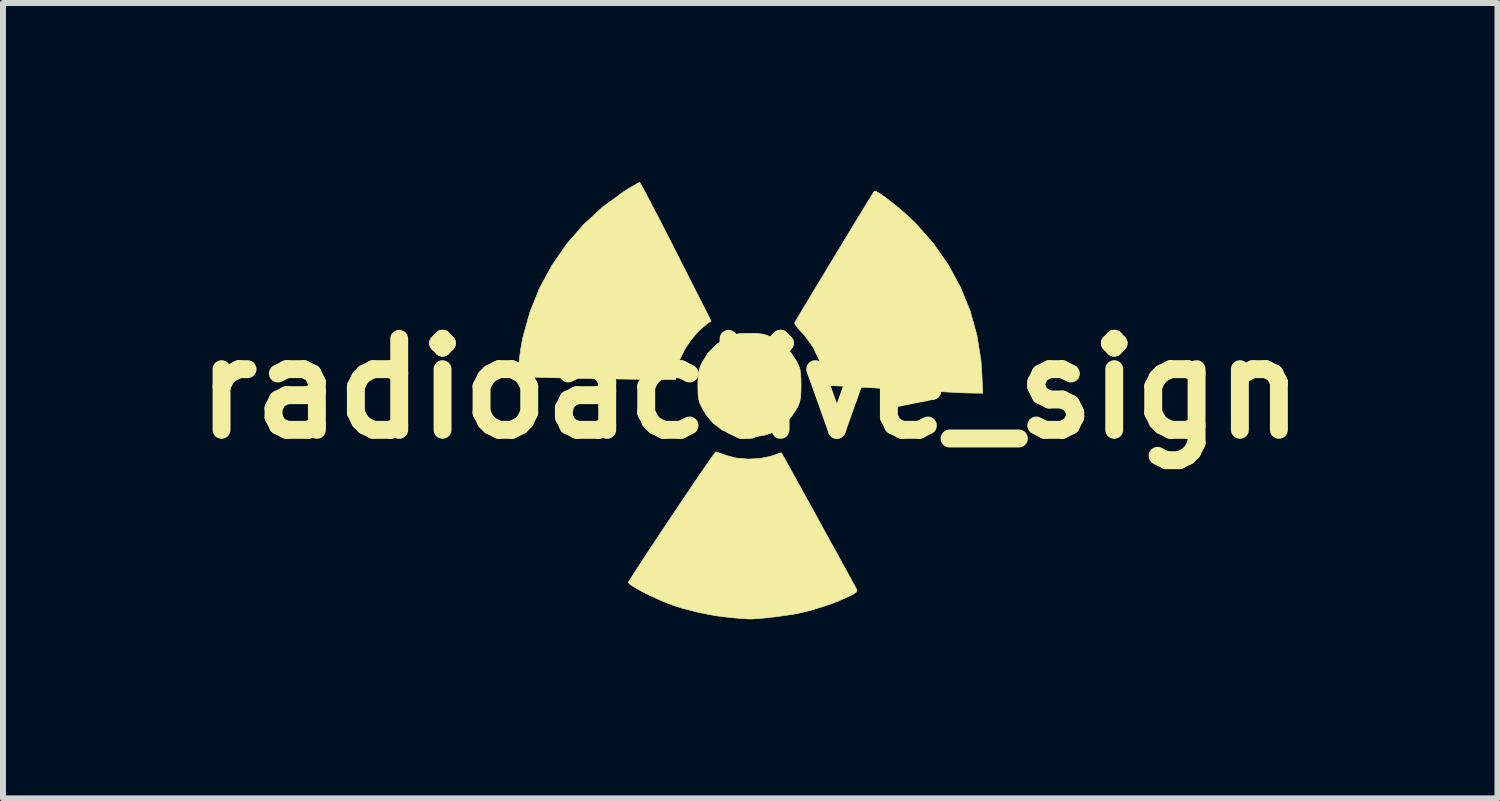
<source format=kicad_pcb>
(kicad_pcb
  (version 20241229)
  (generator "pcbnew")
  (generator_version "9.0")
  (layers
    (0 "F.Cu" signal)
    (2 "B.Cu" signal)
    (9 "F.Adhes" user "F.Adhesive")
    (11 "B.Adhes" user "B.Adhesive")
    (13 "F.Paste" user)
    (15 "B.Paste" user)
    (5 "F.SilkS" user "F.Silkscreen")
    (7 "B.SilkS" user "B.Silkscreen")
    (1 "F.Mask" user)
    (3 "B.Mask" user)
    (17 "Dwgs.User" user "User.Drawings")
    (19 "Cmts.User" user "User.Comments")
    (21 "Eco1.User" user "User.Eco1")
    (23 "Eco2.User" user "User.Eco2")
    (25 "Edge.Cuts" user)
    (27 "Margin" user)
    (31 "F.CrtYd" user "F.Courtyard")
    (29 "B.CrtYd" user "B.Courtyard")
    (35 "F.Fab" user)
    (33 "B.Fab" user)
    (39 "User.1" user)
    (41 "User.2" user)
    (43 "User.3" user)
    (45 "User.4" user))
  (footprint "radioactive_sign"
    (layer "F.Cu")
    (at 9.514 3.459)
    (property "Reference" "radioactive_sign" (at 0 0 0) (layer "F.SilkS") (effects (font (size 1.524 1.524) (thickness 0.3))))
    (attr through_hole)
    (fp_poly (pts (xy -1.837 -3.432) (xy -1.801 -3.369) (xy -1.747 -3.269) (xy -1.678 -3.137) (xy -1.594 -2.976) (xy -1.498 -2.791) (xy -1.393 -2.586) (xy -1.28 -2.365) (xy -1.244 -2.294) (xy -0.655 -1.133) (xy -0.728 -1.083) (xy -0.863 -0.967) (xy -0.99 -0.819) (xy -1.099 -0.654) (xy -1.182 -0.483) (xy -1.23 -0.32) (xy -1.236 -0.281) (xy -1.252 -0.152) (xy -1.801 -0.157) (xy -1.98 -0.159) (xy -2.197 -0.162) (xy -2.436 -0.166) (xy -2.683 -0.171) (xy -2.925 -0.175) (xy -3.099 -0.179) (xy -3.289 -0.183) (xy -3.464 -0.188) (xy -3.615 -0.192) (xy -3.737 -0.195) (xy -3.823 -0.198) (xy -3.867 -0.199) (xy -3.871 -0.2) (xy -3.881 -0.225) (xy -3.883 -0.292) (xy -3.877 -0.389) (xy -3.865 -0.508) (xy -3.847 -0.64) (xy -3.824 -0.774) (xy -3.807 -0.861) (xy -3.69 -1.28) (xy -3.528 -1.682) (xy -3.322 -2.063) (xy -3.076 -2.419) (xy -2.792 -2.746) (xy -2.474 -3.04) (xy -2.124 -3.296) (xy -2.052 -3.342) (xy -1.967 -3.393) (xy -1.898 -3.432) (xy -1.857 -3.453) (xy -1.851 -3.454) (xy -1.837 -3.432)) (stroke (width 0.01) (type solid)) (fill yes) (layer "F.SilkS"))
    (fp_poly (pts (xy 0.109 -0.925) (xy 0.199 -0.915) (xy 0.275 -0.895) (xy 0.355 -0.862) (xy 0.359 -0.86) (xy 0.533 -0.751) (xy 0.681 -0.604) (xy 0.78 -0.452) (xy 0.813 -0.383) (xy 0.834 -0.322) (xy 0.845 -0.251) (xy 0.85 -0.156) (xy 0.851 -0.064) (xy 0.849 0.062) (xy 0.842 0.152) (xy 0.828 0.222) (xy 0.803 0.287) (xy 0.788 0.318) (xy 0.697 0.46) (xy 0.574 0.593) (xy 0.434 0.7) (xy 0.369 0.736) (xy 0.256 0.775) (xy 0.117 0.8) (xy -0.031 0.809) (xy -0.17 0.803) (xy -0.28 0.78) (xy -0.283 0.779) (xy -0.47 0.692) (xy -0.619 0.58) (xy -0.74 0.435) (xy -0.807 0.32) (xy -0.841 0.251) (xy -0.861 0.187) (xy -0.872 0.111) (xy -0.876 0.008) (xy -0.876 -0.051) (xy -0.874 -0.174) (xy -0.866 -0.264) (xy -0.849 -0.337) (xy -0.82 -0.41) (xy -0.81 -0.432) (xy -0.704 -0.6) (xy -0.56 -0.745) (xy -0.387 -0.856) (xy -0.385 -0.856) (xy -0.306 -0.892) (xy -0.234 -0.913) (xy -0.152 -0.924) (xy -0.041 -0.927) (xy -0.013 -0.927) (xy 0.109 -0.925)) (stroke (width 0.01) (type solid)) (fill yes) (layer "F.SilkS"))
    (fp_poly (pts (xy 2.108 -3.303) (xy 2.167 -3.27) (xy 2.25 -3.212) (xy 2.349 -3.137) (xy 2.458 -3.049) (xy 2.571 -2.954) (xy 2.679 -2.856) (xy 2.776 -2.762) (xy 2.781 -2.757) (xy 3.069 -2.429) (xy 3.317 -2.074) (xy 3.522 -1.697) (xy 3.683 -1.302) (xy 3.797 -0.892) (xy 3.864 -0.472) (xy 3.878 -0.273) (xy 3.894 0.076) (xy 3.68 0.073) (xy 3.606 0.071) (xy 3.489 0.066) (xy 3.335 0.058) (xy 3.151 0.049) (xy 2.946 0.037) (xy 2.726 0.025) (xy 2.498 0.012) (xy 2.489 0.011) (xy 2.266 -0.002) (xy 2.053 -0.014) (xy 1.858 -0.025) (xy 1.688 -0.035) (xy 1.548 -0.042) (xy 1.445 -0.047) (xy 1.385 -0.049) (xy 1.381 -0.049) (xy 1.252 -0.051) (xy 1.221 -0.242) (xy 1.16 -0.471) (xy 1.055 -0.691) (xy 0.915 -0.886) (xy 0.873 -0.932) (xy 0.808 -1.003) (xy 0.763 -1.062) (xy 0.745 -1.099) (xy 0.745 -1.103) (xy 0.76 -1.131) (xy 0.799 -1.196) (xy 0.857 -1.295) (xy 0.933 -1.421) (xy 1.023 -1.571) (xy 1.124 -1.739) (xy 1.233 -1.919) (xy 1.346 -2.107) (xy 1.462 -2.297) (xy 1.576 -2.486) (xy 1.685 -2.666) (xy 1.787 -2.834) (xy 1.879 -2.984) (xy 1.957 -3.112) (xy 2.018 -3.212) (xy 2.06 -3.278) (xy 2.079 -3.307) (xy 2.079 -3.308) (xy 2.108 -3.303)) (stroke (width 0.01) (type solid)) (fill yes) (layer "F.SilkS"))
    (fp_poly (pts (xy -0.538 1.07) (xy -0.468 1.094) (xy -0.394 1.121) (xy -0.227 1.163) (xy -0.036 1.179) (xy 0.157 1.17) (xy 0.334 1.135) (xy 0.368 1.124) (xy 0.447 1.097) (xy 0.503 1.079) (xy 0.524 1.075) (xy 0.536 1.098) (xy 0.571 1.16) (xy 0.624 1.257) (xy 0.694 1.382) (xy 0.777 1.532) (xy 0.87 1.701) (xy 0.97 1.883) (xy 1.076 2.074) (xy 1.183 2.269) (xy 1.289 2.463) (xy 1.392 2.649) (xy 1.488 2.824) (xy 1.575 2.982) (xy 1.65 3.118) (xy 1.71 3.227) (xy 1.752 3.303) (xy 1.773 3.343) (xy 1.775 3.346) (xy 1.787 3.378) (xy 1.779 3.404) (xy 1.742 3.432) (xy 1.668 3.471) (xy 1.658 3.476) (xy 1.47 3.56) (xy 1.25 3.64) (xy 1.018 3.711) (xy 0.832 3.756) (xy 0.719 3.778) (xy 0.58 3.799) (xy 0.43 3.82) (xy 0.279 3.837) (xy 0.142 3.85) (xy 0.031 3.857) (xy -0.038 3.857) (xy -0.085 3.853) (xy -0.169 3.847) (xy -0.273 3.838) (xy -0.323 3.834) (xy -0.586 3.802) (xy -0.866 3.747) (xy -1.138 3.677) (xy -1.292 3.628) (xy -1.413 3.582) (xy -1.542 3.527) (xy -1.671 3.468) (xy -1.792 3.408) (xy -1.897 3.351) (xy -1.979 3.301) (xy -2.029 3.264) (xy -2.04 3.243) (xy -1.992 3.165) (xy -1.923 3.057) (xy -1.837 2.924) (xy -1.737 2.77) (xy -1.625 2.601) (xy -1.505 2.42) (xy -1.381 2.234) (xy -1.255 2.046) (xy -1.131 1.861) (xy -1.012 1.684) (xy -0.901 1.52) (xy -0.801 1.374) (xy -0.715 1.25) (xy -0.648 1.153) (xy -0.601 1.088) (xy -0.578 1.06) (xy -0.576 1.059) (xy -0.538 1.07)) (stroke (width 0.01) (type solid)) (fill yes) (layer "F.SilkS")))
  (gr_rect
    (start -3 -3)
    (end 22.028 10.321)
    (stroke (width 0.1) (type default))
    (fill no)
    (layer "Edge.Cuts")))
</source>
